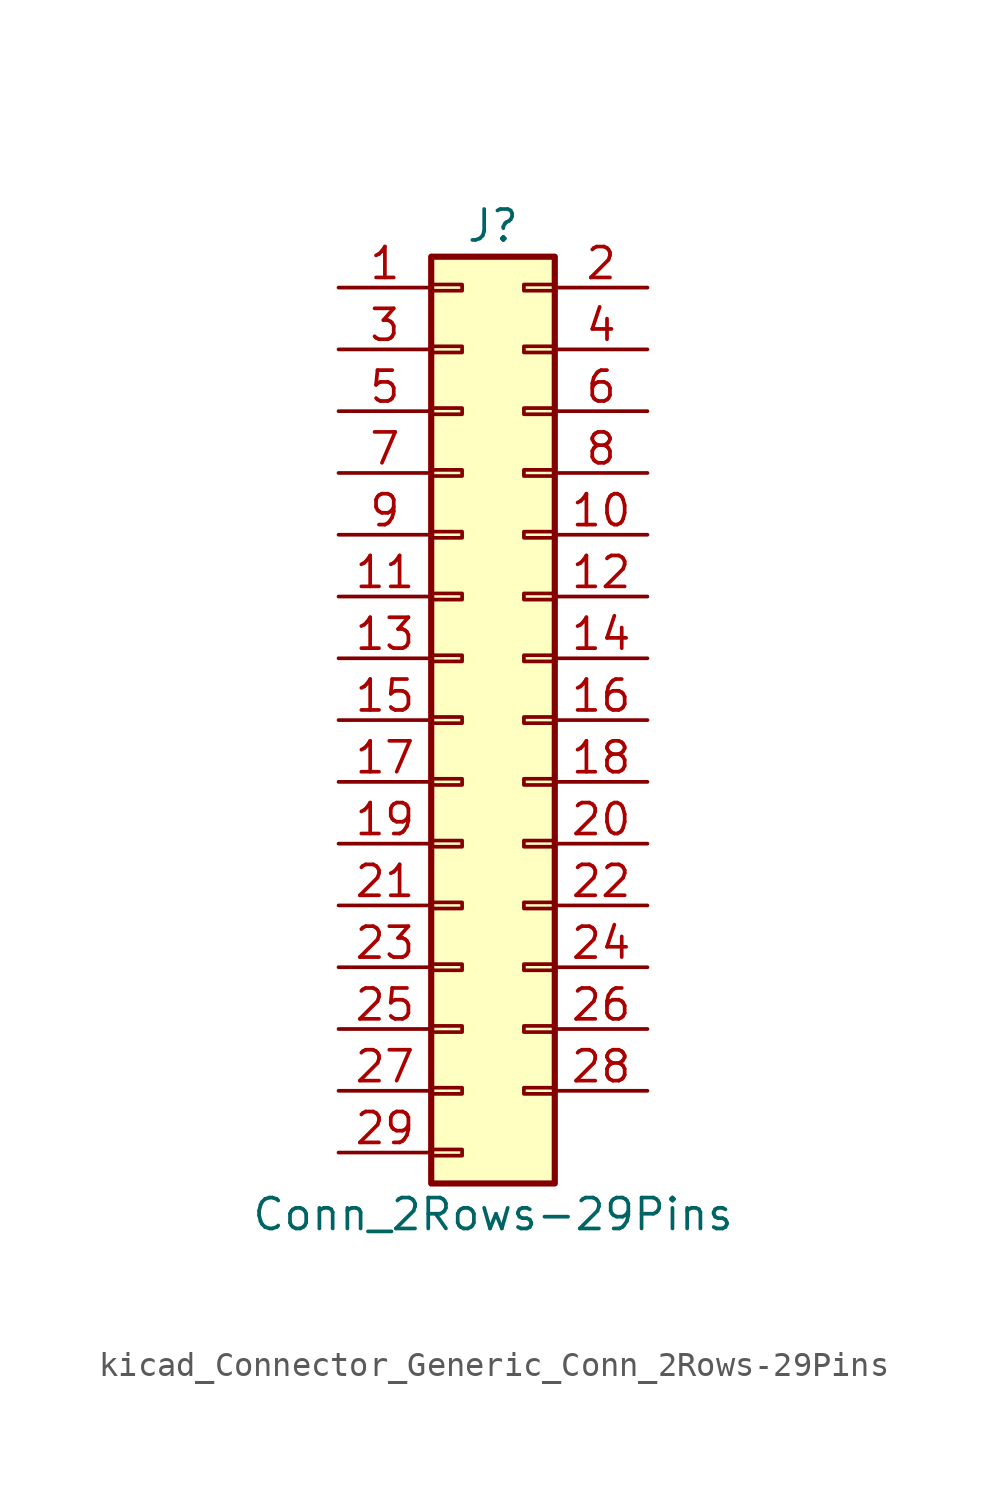
<source format=kicad_sym>
(kicad_symbol_lib
  (version 20220914)
  (generator kicad_symbol_editor)
  (symbol "kicad_Connector_Generic_Conn_2Rows-29Pins"
    (pin_names
      (offset 1.016) hide)
    (property "Reference" "J"
      (at 1.27 20.32 0)
      (effects (font (size 1.27 1.27))))
    (property "Value" "Conn_2Rows-29Pins"
      (at 1.27 -20.32 0)
      (effects (font (size 1.27 1.27))))
    (symbol "kicad_Connector_Generic_Conn_2Rows-29Pins_1_1"
      (rectangle (start -1.27 -17.653) (end 0 -17.907) (stroke (width 0.152) (type default)) (fill (type none)))
      (rectangle (start -1.27 -15.113) (end 0 -15.367) (stroke (width 0.152) (type default)) (fill (type none)))
      (rectangle (start -1.27 -12.573) (end 0 -12.827) (stroke (width 0.152) (type default)) (fill (type none)))
      (rectangle (start -1.27 -10.033) (end 0 -10.287) (stroke (width 0.152) (type default)) (fill (type none)))
      (rectangle (start -1.27 -7.493) (end 0 -7.747) (stroke (width 0.152) (type default)) (fill (type none)))
      (rectangle (start -1.27 -4.953) (end 0 -5.207) (stroke (width 0.152) (type default)) (fill (type none)))
      (rectangle (start -1.27 -2.413) (end 0 -2.667) (stroke (width 0.152) (type default)) (fill (type none)))
      (rectangle (start -1.27 0.127) (end 0 -0.127) (stroke (width 0.152) (type default)) (fill (type none)))
      (rectangle (start -1.27 2.667) (end 0 2.413) (stroke (width 0.152) (type default)) (fill (type none)))
      (rectangle (start -1.27 5.207) (end 0 4.953) (stroke (width 0.152) (type default)) (fill (type none)))
      (rectangle (start -1.27 7.747) (end 0 7.493) (stroke (width 0.152) (type default)) (fill (type none)))
      (rectangle (start -1.27 10.287) (end 0 10.033) (stroke (width 0.152) (type default)) (fill (type none)))
      (rectangle (start -1.27 12.827) (end 0 12.573) (stroke (width 0.152) (type default)) (fill (type none)))
      (rectangle (start -1.27 15.367) (end 0 15.113) (stroke (width 0.152) (type default)) (fill (type none)))
      (rectangle (start -1.27 17.907) (end 0 17.653) (stroke (width 0.152) (type default)) (fill (type none)))
      (rectangle (start -1.27 19.05) (end 3.81 -19.05) (stroke (width 0.254) (type default)) (fill (type background)))
      (rectangle (start 3.81 -15.113) (end 2.54 -15.367) (stroke (width 0.152) (type default)) (fill (type none)))
      (rectangle (start 3.81 -12.573) (end 2.54 -12.827) (stroke (width 0.152) (type default)) (fill (type none)))
      (rectangle (start 3.81 -10.033) (end 2.54 -10.287) (stroke (width 0.152) (type default)) (fill (type none)))
      (rectangle (start 3.81 -7.493) (end 2.54 -7.747) (stroke (width 0.152) (type default)) (fill (type none)))
      (rectangle (start 3.81 -4.953) (end 2.54 -5.207) (stroke (width 0.152) (type default)) (fill (type none)))
      (rectangle (start 3.81 -2.413) (end 2.54 -2.667) (stroke (width 0.152) (type default)) (fill (type none)))
      (rectangle (start 3.81 0.127) (end 2.54 -0.127) (stroke (width 0.152) (type default)) (fill (type none)))
      (rectangle (start 3.81 2.667) (end 2.54 2.413) (stroke (width 0.152) (type default)) (fill (type none)))
      (rectangle (start 3.81 5.207) (end 2.54 4.953) (stroke (width 0.152) (type default)) (fill (type none)))
      (rectangle (start 3.81 7.747) (end 2.54 7.493) (stroke (width 0.152) (type default)) (fill (type none)))
      (rectangle (start 3.81 10.287) (end 2.54 10.033) (stroke (width 0.152) (type default)) (fill (type none)))
      (rectangle (start 3.81 12.827) (end 2.54 12.573) (stroke (width 0.152) (type default)) (fill (type none)))
      (rectangle (start 3.81 15.367) (end 2.54 15.113) (stroke (width 0.152) (type default)) (fill (type none)))
      (rectangle (start 3.81 17.907) (end 2.54 17.653) (stroke (width 0.152) (type default)) (fill (type none)))
      (pin passive line (at -5.08 17.78 0) (length 3.81) (name "Pin_1" (effects (font (size 1.27 1.27)))) (number "1" (effects (font (size 1.27 1.27)))))
      (pin passive line (at 7.62 7.62 180) (length 3.81) (name "Pin_10" (effects (font (size 1.27 1.27)))) (number "10" (effects (font (size 1.27 1.27)))))
      (pin passive line (at -5.08 5.08 0) (length 3.81) (name "Pin_11" (effects (font (size 1.27 1.27)))) (number "11" (effects (font (size 1.27 1.27)))))
      (pin passive line (at 7.62 5.08 180) (length 3.81) (name "Pin_12" (effects (font (size 1.27 1.27)))) (number "12" (effects (font (size 1.27 1.27)))))
      (pin passive line (at -5.08 2.54 0) (length 3.81) (name "Pin_13" (effects (font (size 1.27 1.27)))) (number "13" (effects (font (size 1.27 1.27)))))
      (pin passive line (at 7.62 2.54 180) (length 3.81) (name "Pin_14" (effects (font (size 1.27 1.27)))) (number "14" (effects (font (size 1.27 1.27)))))
      (pin passive line (at -5.08 0 0) (length 3.81) (name "Pin_15" (effects (font (size 1.27 1.27)))) (number "15" (effects (font (size 1.27 1.27)))))
      (pin passive line (at 7.62 0 180) (length 3.81) (name "Pin_16" (effects (font (size 1.27 1.27)))) (number "16" (effects (font (size 1.27 1.27)))))
      (pin passive line (at -5.08 -2.54 0) (length 3.81) (name "Pin_17" (effects (font (size 1.27 1.27)))) (number "17" (effects (font (size 1.27 1.27)))))
      (pin passive line (at 7.62 -2.54 180) (length 3.81) (name "Pin_18" (effects (font (size 1.27 1.27)))) (number "18" (effects (font (size 1.27 1.27)))))
      (pin passive line (at -5.08 -5.08 0) (length 3.81) (name "Pin_19" (effects (font (size 1.27 1.27)))) (number "19" (effects (font (size 1.27 1.27)))))
      (pin passive line (at 7.62 17.78 180) (length 3.81) (name "Pin_2" (effects (font (size 1.27 1.27)))) (number "2" (effects (font (size 1.27 1.27)))))
      (pin passive line (at 7.62 -5.08 180) (length 3.81) (name "Pin_20" (effects (font (size 1.27 1.27)))) (number "20" (effects (font (size 1.27 1.27)))))
      (pin passive line (at -5.08 -7.62 0) (length 3.81) (name "Pin_21" (effects (font (size 1.27 1.27)))) (number "21" (effects (font (size 1.27 1.27)))))
      (pin passive line (at 7.62 -7.62 180) (length 3.81) (name "Pin_22" (effects (font (size 1.27 1.27)))) (number "22" (effects (font (size 1.27 1.27)))))
      (pin passive line (at -5.08 -10.16 0) (length 3.81) (name "Pin_23" (effects (font (size 1.27 1.27)))) (number "23" (effects (font (size 1.27 1.27)))))
      (pin passive line (at 7.62 -10.16 180) (length 3.81) (name "Pin_24" (effects (font (size 1.27 1.27)))) (number "24" (effects (font (size 1.27 1.27)))))
      (pin passive line (at -5.08 -12.7 0) (length 3.81) (name "Pin_25" (effects (font (size 1.27 1.27)))) (number "25" (effects (font (size 1.27 1.27)))))
      (pin passive line (at 7.62 -12.7 180) (length 3.81) (name "Pin_26" (effects (font (size 1.27 1.27)))) (number "26" (effects (font (size 1.27 1.27)))))
      (pin passive line (at -5.08 -15.24 0) (length 3.81) (name "Pin_27" (effects (font (size 1.27 1.27)))) (number "27" (effects (font (size 1.27 1.27)))))
      (pin passive line (at 7.62 -15.24 180) (length 3.81) (name "Pin_28" (effects (font (size 1.27 1.27)))) (number "28" (effects (font (size 1.27 1.27)))))
      (pin passive line (at -5.08 -17.78 0) (length 3.81) (name "Pin_29" (effects (font (size 1.27 1.27)))) (number "29" (effects (font (size 1.27 1.27)))))
      (pin passive line (at -5.08 15.24 0) (length 3.81) (name "Pin_3" (effects (font (size 1.27 1.27)))) (number "3" (effects (font (size 1.27 1.27)))))
      (pin passive line (at 7.62 15.24 180) (length 3.81) (name "Pin_4" (effects (font (size 1.27 1.27)))) (number "4" (effects (font (size 1.27 1.27)))))
      (pin passive line (at -5.08 12.7 0) (length 3.81) (name "Pin_5" (effects (font (size 1.27 1.27)))) (number "5" (effects (font (size 1.27 1.27)))))
      (pin passive line (at 7.62 12.7 180) (length 3.81) (name "Pin_6" (effects (font (size 1.27 1.27)))) (number "6" (effects (font (size 1.27 1.27)))))
      (pin passive line (at -5.08 10.16 0) (length 3.81) (name "Pin_7" (effects (font (size 1.27 1.27)))) (number "7" (effects (font (size 1.27 1.27)))))
      (pin passive line (at 7.62 10.16 180) (length 3.81) (name "Pin_8" (effects (font (size 1.27 1.27)))) (number "8" (effects (font (size 1.27 1.27)))))
      (pin passive line (at -5.08 7.62 0) (length 3.81) (name "Pin_9" (effects (font (size 1.27 1.27)))) (number "9" (effects (font (size 1.27 1.27))))))))
</source>
